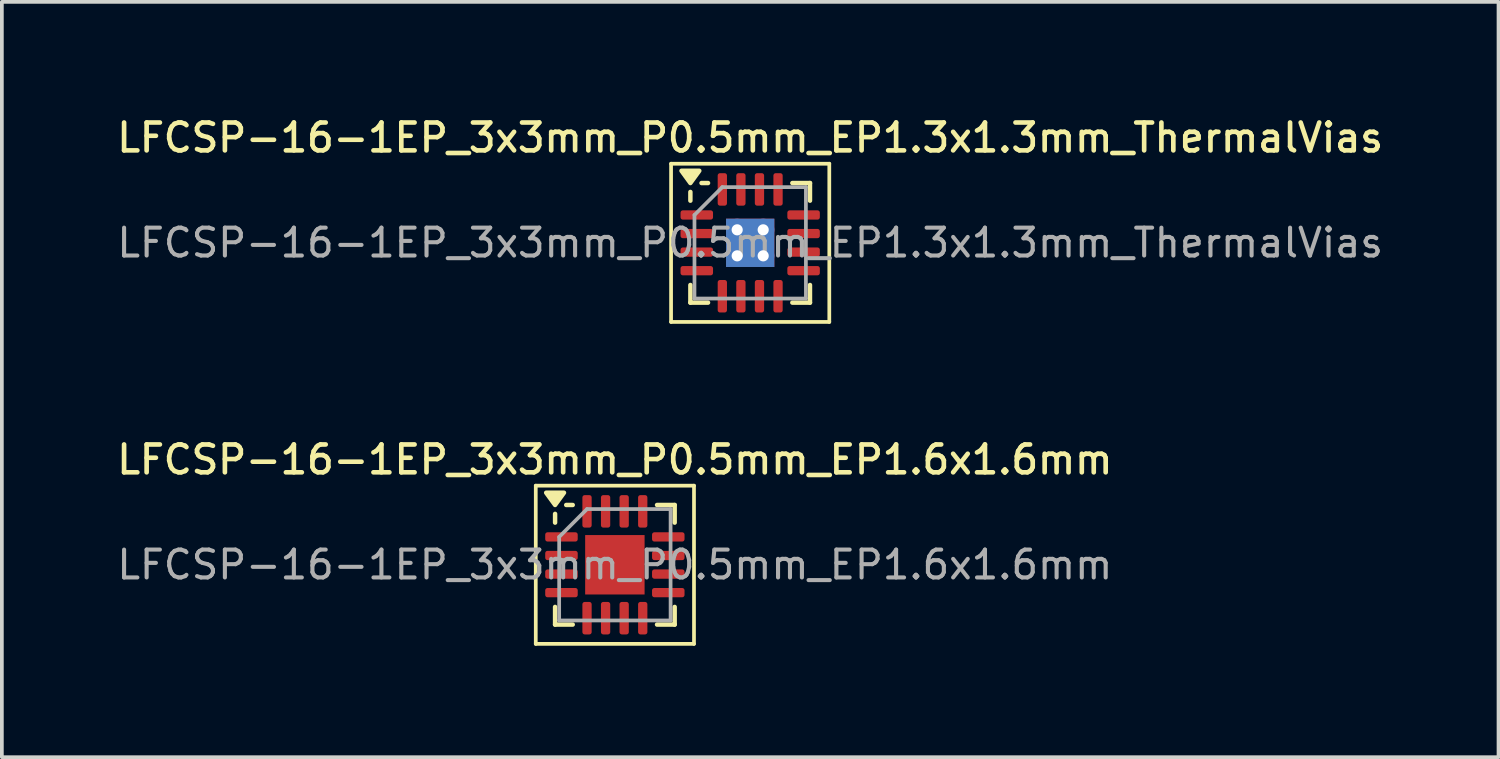
<source format=kicad_pcb>
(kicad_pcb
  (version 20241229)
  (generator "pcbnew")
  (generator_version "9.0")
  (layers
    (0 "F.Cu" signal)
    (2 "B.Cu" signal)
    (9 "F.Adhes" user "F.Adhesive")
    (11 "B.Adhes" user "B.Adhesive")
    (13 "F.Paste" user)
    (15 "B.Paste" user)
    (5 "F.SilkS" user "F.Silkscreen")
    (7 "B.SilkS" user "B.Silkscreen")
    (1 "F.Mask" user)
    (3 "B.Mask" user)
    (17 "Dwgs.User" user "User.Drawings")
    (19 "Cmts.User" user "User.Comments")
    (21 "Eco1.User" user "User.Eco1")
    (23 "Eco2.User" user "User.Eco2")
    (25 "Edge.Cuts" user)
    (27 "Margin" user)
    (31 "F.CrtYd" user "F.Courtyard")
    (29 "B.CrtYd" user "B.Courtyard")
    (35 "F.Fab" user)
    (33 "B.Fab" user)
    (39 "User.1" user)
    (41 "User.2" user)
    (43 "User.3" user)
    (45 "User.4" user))
  (footprint "LFCSP-16-1EP_3x3mm_P0.5mm_EP1.3x1.3mm_ThermalVias"
    (layer "F.Cu")
    (at 17.148 3.488)
    (property "Reference" "LFCSP-16-1EP_3x3mm_P0.5mm_EP1.3x1.3mm_ThermalVias" (at 0 -2.83 0) (layer "F.SilkS") (effects (font (size 0.75 0.75) (thickness 0.125))))
    (attr smd)
    (fp_line (start -2.13 -2.13) (end -2.13 2.13) (stroke (width 0.1) (type solid)) (layer "F.SilkS"))
    (fp_line (start -2.13 2.13) (end 2.13 2.13) (stroke (width 0.1) (type solid)) (layer "F.SilkS"))
    (fp_line (start -1.61 -1.135) (end -1.61 -1.37) (stroke (width 0.12) (type solid)) (layer "F.SilkS"))
    (fp_line (start -1.61 1.61) (end -1.61 1.135) (stroke (width 0.12) (type solid)) (layer "F.SilkS"))
    (fp_line (start -1.135 -1.61) (end -1.31 -1.61) (stroke (width 0.12) (type solid)) (layer "F.SilkS"))
    (fp_line (start -1.135 1.61) (end -1.61 1.61) (stroke (width 0.12) (type solid)) (layer "F.SilkS"))
    (fp_line (start 1.135 -1.61) (end 1.61 -1.61) (stroke (width 0.12) (type solid)) (layer "F.SilkS"))
    (fp_line (start 1.135 1.61) (end 1.61 1.61) (stroke (width 0.12) (type solid)) (layer "F.SilkS"))
    (fp_line (start 1.61 -1.61) (end 1.61 -1.135) (stroke (width 0.12) (type solid)) (layer "F.SilkS"))
    (fp_line (start 1.61 1.61) (end 1.61 1.135) (stroke (width 0.12) (type solid)) (layer "F.SilkS"))
    (fp_line (start 2.13 -2.13) (end -2.13 -2.13) (stroke (width 0.1) (type solid)) (layer "F.SilkS"))
    (fp_line (start 2.13 2.13) (end 2.13 -2.13) (stroke (width 0.1) (type solid)) (layer "F.SilkS"))
    (fp_poly (pts (xy -1.61 -1.61) (xy -1.85 -1.94) (xy -1.37 -1.94) (xy -1.61 -1.61)) (stroke (width 0.12) (type solid)) (fill yes) (layer "F.SilkS"))
    (fp_line (start -1.5 -0.75) (end -0.75 -1.5) (stroke (width 0.1) (type solid)) (layer "F.Fab"))
    (fp_line (start -1.5 1.5) (end -1.5 -0.75) (stroke (width 0.1) (type solid)) (layer "F.Fab"))
    (fp_line (start -0.75 -1.5) (end 1.5 -1.5) (stroke (width 0.1) (type solid)) (layer "F.Fab"))
    (fp_line (start 1.5 -1.5) (end 1.5 1.5) (stroke (width 0.1) (type solid)) (layer "F.Fab"))
    (fp_line (start 1.5 1.5) (end -1.5 1.5) (stroke (width 0.1) (type solid)) (layer "F.Fab"))
    (fp_text user "${REFERENCE}" (at 0 0 0) (layer "F.Fab") (effects (font (size 0.75 0.75) (thickness 0.11))))
    (pad "" smd roundrect (at -0.325 -0.325) (size 0.52 0.52) (layers "F.Paste") (roundrect_rratio 0.25))
    (pad "" smd roundrect (at -0.325 0.325) (size 0.52 0.52) (layers "F.Paste") (roundrect_rratio 0.25))
    (pad "" smd roundrect (at 0.325 -0.325) (size 0.52 0.52) (layers "F.Paste") (roundrect_rratio 0.25))
    (pad "" smd roundrect (at 0.325 0.325) (size 0.52 0.52) (layers "F.Paste") (roundrect_rratio 0.25))
    (pad "1" smd roundrect (at -1.438 -0.75) (size 0.875 0.25) (layers "F.Cu" "F.Mask" "F.Paste") (roundrect_rratio 0.25))
    (pad "2" smd roundrect (at -1.438 -0.25) (size 0.875 0.25) (layers "F.Cu" "F.Mask" "F.Paste") (roundrect_rratio 0.25))
    (pad "3" smd roundrect (at -1.438 0.25) (size 0.875 0.25) (layers "F.Cu" "F.Mask" "F.Paste") (roundrect_rratio 0.25))
    (pad "4" smd roundrect (at -1.438 0.75) (size 0.875 0.25) (layers "F.Cu" "F.Mask" "F.Paste") (roundrect_rratio 0.25))
    (pad "5" smd roundrect (at -0.75 1.438) (size 0.25 0.875) (layers "F.Cu" "F.Mask" "F.Paste") (roundrect_rratio 0.25))
    (pad "6" smd roundrect (at -0.25 1.438) (size 0.25 0.875) (layers "F.Cu" "F.Mask" "F.Paste") (roundrect_rratio 0.25))
    (pad "7" smd roundrect (at 0.25 1.438) (size 0.25 0.875) (layers "F.Cu" "F.Mask" "F.Paste") (roundrect_rratio 0.25))
    (pad "8" smd roundrect (at 0.75 1.438) (size 0.25 0.875) (layers "F.Cu" "F.Mask" "F.Paste") (roundrect_rratio 0.25))
    (pad "9" smd roundrect (at 1.438 0.75) (size 0.875 0.25) (layers "F.Cu" "F.Mask" "F.Paste") (roundrect_rratio 0.25))
    (pad "10" smd roundrect (at 1.438 0.25) (size 0.875 0.25) (layers "F.Cu" "F.Mask" "F.Paste") (roundrect_rratio 0.25))
    (pad "11" smd roundrect (at 1.438 -0.25) (size 0.875 0.25) (layers "F.Cu" "F.Mask" "F.Paste") (roundrect_rratio 0.25))
    (pad "12" smd roundrect (at 1.438 -0.75) (size 0.875 0.25) (layers "F.Cu" "F.Mask" "F.Paste") (roundrect_rratio 0.25))
    (pad "13" smd roundrect (at 0.75 -1.438) (size 0.25 0.875) (layers "F.Cu" "F.Mask" "F.Paste") (roundrect_rratio 0.25))
    (pad "14" smd roundrect (at 0.25 -1.438) (size 0.25 0.875) (layers "F.Cu" "F.Mask" "F.Paste") (roundrect_rratio 0.25))
    (pad "15" smd roundrect (at -0.25 -1.438) (size 0.25 0.875) (layers "F.Cu" "F.Mask" "F.Paste") (roundrect_rratio 0.25))
    (pad "16" smd roundrect (at -0.75 -1.438) (size 0.25 0.875) (layers "F.Cu" "F.Mask" "F.Paste") (roundrect_rratio 0.25))
    (pad "17" thru_hole circle (at -0.35 -0.35) (size 0.6 0.6) (drill 0.3) (property pad_prop_heatsink) (layers "*.Cu"))
    (pad "17" thru_hole circle (at -0.35 0.35) (size 0.6 0.6) (drill 0.3) (property pad_prop_heatsink) (layers "*.Cu"))
    (pad "17" smd rect (at 0 0) (size 1.3 1.3) (property pad_prop_heatsink) (layers "F.Cu" "F.Mask"))
    (pad "17" smd rect (at 0 0) (size 1.3 1.3) (property pad_prop_heatsink) (layers "B.Cu"))
    (pad "17" thru_hole circle (at 0.35 -0.35) (size 0.6 0.6) (drill 0.3) (property pad_prop_heatsink) (layers "*.Cu"))
    (pad "17" thru_hole circle (at 0.35 0.35) (size 0.6 0.6) (drill 0.3) (property pad_prop_heatsink) (layers "*.Cu")))
  (footprint "LFCSP-16-1EP_3x3mm_P0.5mm_EP1.6x1.6mm"
    (layer "F.Cu")
    (at 13.505 12.156)
    (property "Reference" "LFCSP-16-1EP_3x3mm_P0.5mm_EP1.6x1.6mm" (at 0 -2.83 0) (layer "F.SilkS") (effects (font (size 0.75 0.75) (thickness 0.125))))
    (attr smd)
    (fp_line (start -2.13 -2.13) (end -2.13 2.13) (stroke (width 0.1) (type solid)) (layer "F.SilkS"))
    (fp_line (start -2.13 2.13) (end 2.13 2.13) (stroke (width 0.1) (type solid)) (layer "F.SilkS"))
    (fp_line (start -1.61 -1.135) (end -1.61 -1.37) (stroke (width 0.12) (type solid)) (layer "F.SilkS"))
    (fp_line (start -1.61 1.61) (end -1.61 1.135) (stroke (width 0.12) (type solid)) (layer "F.SilkS"))
    (fp_line (start -1.135 -1.61) (end -1.31 -1.61) (stroke (width 0.12) (type solid)) (layer "F.SilkS"))
    (fp_line (start -1.135 1.61) (end -1.61 1.61) (stroke (width 0.12) (type solid)) (layer "F.SilkS"))
    (fp_line (start 1.135 -1.61) (end 1.61 -1.61) (stroke (width 0.12) (type solid)) (layer "F.SilkS"))
    (fp_line (start 1.135 1.61) (end 1.61 1.61) (stroke (width 0.12) (type solid)) (layer "F.SilkS"))
    (fp_line (start 1.61 -1.61) (end 1.61 -1.135) (stroke (width 0.12) (type solid)) (layer "F.SilkS"))
    (fp_line (start 1.61 1.61) (end 1.61 1.135) (stroke (width 0.12) (type solid)) (layer "F.SilkS"))
    (fp_line (start 2.13 -2.13) (end -2.13 -2.13) (stroke (width 0.1) (type solid)) (layer "F.SilkS"))
    (fp_line (start 2.13 2.13) (end 2.13 -2.13) (stroke (width 0.1) (type solid)) (layer "F.SilkS"))
    (fp_poly (pts (xy -1.61 -1.61) (xy -1.85 -1.94) (xy -1.37 -1.94) (xy -1.61 -1.61)) (stroke (width 0.12) (type solid)) (fill yes) (layer "F.SilkS"))
    (fp_line (start -1.5 -0.75) (end -0.75 -1.5) (stroke (width 0.1) (type solid)) (layer "F.Fab"))
    (fp_line (start -1.5 1.5) (end -1.5 -0.75) (stroke (width 0.1) (type solid)) (layer "F.Fab"))
    (fp_line (start -0.75 -1.5) (end 1.5 -1.5) (stroke (width 0.1) (type solid)) (layer "F.Fab"))
    (fp_line (start 1.5 -1.5) (end 1.5 1.5) (stroke (width 0.1) (type solid)) (layer "F.Fab"))
    (fp_line (start 1.5 1.5) (end -1.5 1.5) (stroke (width 0.1) (type solid)) (layer "F.Fab"))
    (fp_text user "${REFERENCE}" (at 0 0 0) (layer "F.Fab") (effects (font (size 0.75 0.75) (thickness 0.11))))
    (pad "" smd roundrect (at -0.4 -0.4) (size 0.64 0.64) (layers "F.Paste") (roundrect_rratio 0.25))
    (pad "" smd roundrect (at -0.4 0.4) (size 0.64 0.64) (layers "F.Paste") (roundrect_rratio 0.25))
    (pad "" smd roundrect (at 0.4 -0.4) (size 0.64 0.64) (layers "F.Paste") (roundrect_rratio 0.25))
    (pad "" smd roundrect (at 0.4 0.4) (size 0.64 0.64) (layers "F.Paste") (roundrect_rratio 0.25))
    (pad "1" smd roundrect (at -1.438 -0.75) (size 0.875 0.25) (layers "F.Cu" "F.Mask" "F.Paste") (roundrect_rratio 0.25))
    (pad "2" smd roundrect (at -1.438 -0.25) (size 0.875 0.25) (layers "F.Cu" "F.Mask" "F.Paste") (roundrect_rratio 0.25))
    (pad "3" smd roundrect (at -1.438 0.25) (size 0.875 0.25) (layers "F.Cu" "F.Mask" "F.Paste") (roundrect_rratio 0.25))
    (pad "4" smd roundrect (at -1.438 0.75) (size 0.875 0.25) (layers "F.Cu" "F.Mask" "F.Paste") (roundrect_rratio 0.25))
    (pad "5" smd roundrect (at -0.75 1.438) (size 0.25 0.875) (layers "F.Cu" "F.Mask" "F.Paste") (roundrect_rratio 0.25))
    (pad "6" smd roundrect (at -0.25 1.438) (size 0.25 0.875) (layers "F.Cu" "F.Mask" "F.Paste") (roundrect_rratio 0.25))
    (pad "7" smd roundrect (at 0.25 1.438) (size 0.25 0.875) (layers "F.Cu" "F.Mask" "F.Paste") (roundrect_rratio 0.25))
    (pad "8" smd roundrect (at 0.75 1.438) (size 0.25 0.875) (layers "F.Cu" "F.Mask" "F.Paste") (roundrect_rratio 0.25))
    (pad "9" smd roundrect (at 1.438 0.75) (size 0.875 0.25) (layers "F.Cu" "F.Mask" "F.Paste") (roundrect_rratio 0.25))
    (pad "10" smd roundrect (at 1.438 0.25) (size 0.875 0.25) (layers "F.Cu" "F.Mask" "F.Paste") (roundrect_rratio 0.25))
    (pad "11" smd roundrect (at 1.438 -0.25) (size 0.875 0.25) (layers "F.Cu" "F.Mask" "F.Paste") (roundrect_rratio 0.25))
    (pad "12" smd roundrect (at 1.438 -0.75) (size 0.875 0.25) (layers "F.Cu" "F.Mask" "F.Paste") (roundrect_rratio 0.25))
    (pad "13" smd roundrect (at 0.75 -1.438) (size 0.25 0.875) (layers "F.Cu" "F.Mask" "F.Paste") (roundrect_rratio 0.25))
    (pad "14" smd roundrect (at 0.25 -1.438) (size 0.25 0.875) (layers "F.Cu" "F.Mask" "F.Paste") (roundrect_rratio 0.25))
    (pad "15" smd roundrect (at -0.25 -1.438) (size 0.25 0.875) (layers "F.Cu" "F.Mask" "F.Paste") (roundrect_rratio 0.25))
    (pad "16" smd roundrect (at -0.75 -1.438) (size 0.25 0.875) (layers "F.Cu" "F.Mask" "F.Paste") (roundrect_rratio 0.25))
    (pad "17" smd rect (at 0 0) (size 1.6 1.6) (property pad_prop_heatsink) (layers "F.Cu" "F.Mask")))
  (gr_rect
    (start -3 -3)
    (end 37.296 17.336)
    (stroke (width 0.1) (type default))
    (fill no)
    (layer "Edge.Cuts")))
</source>
